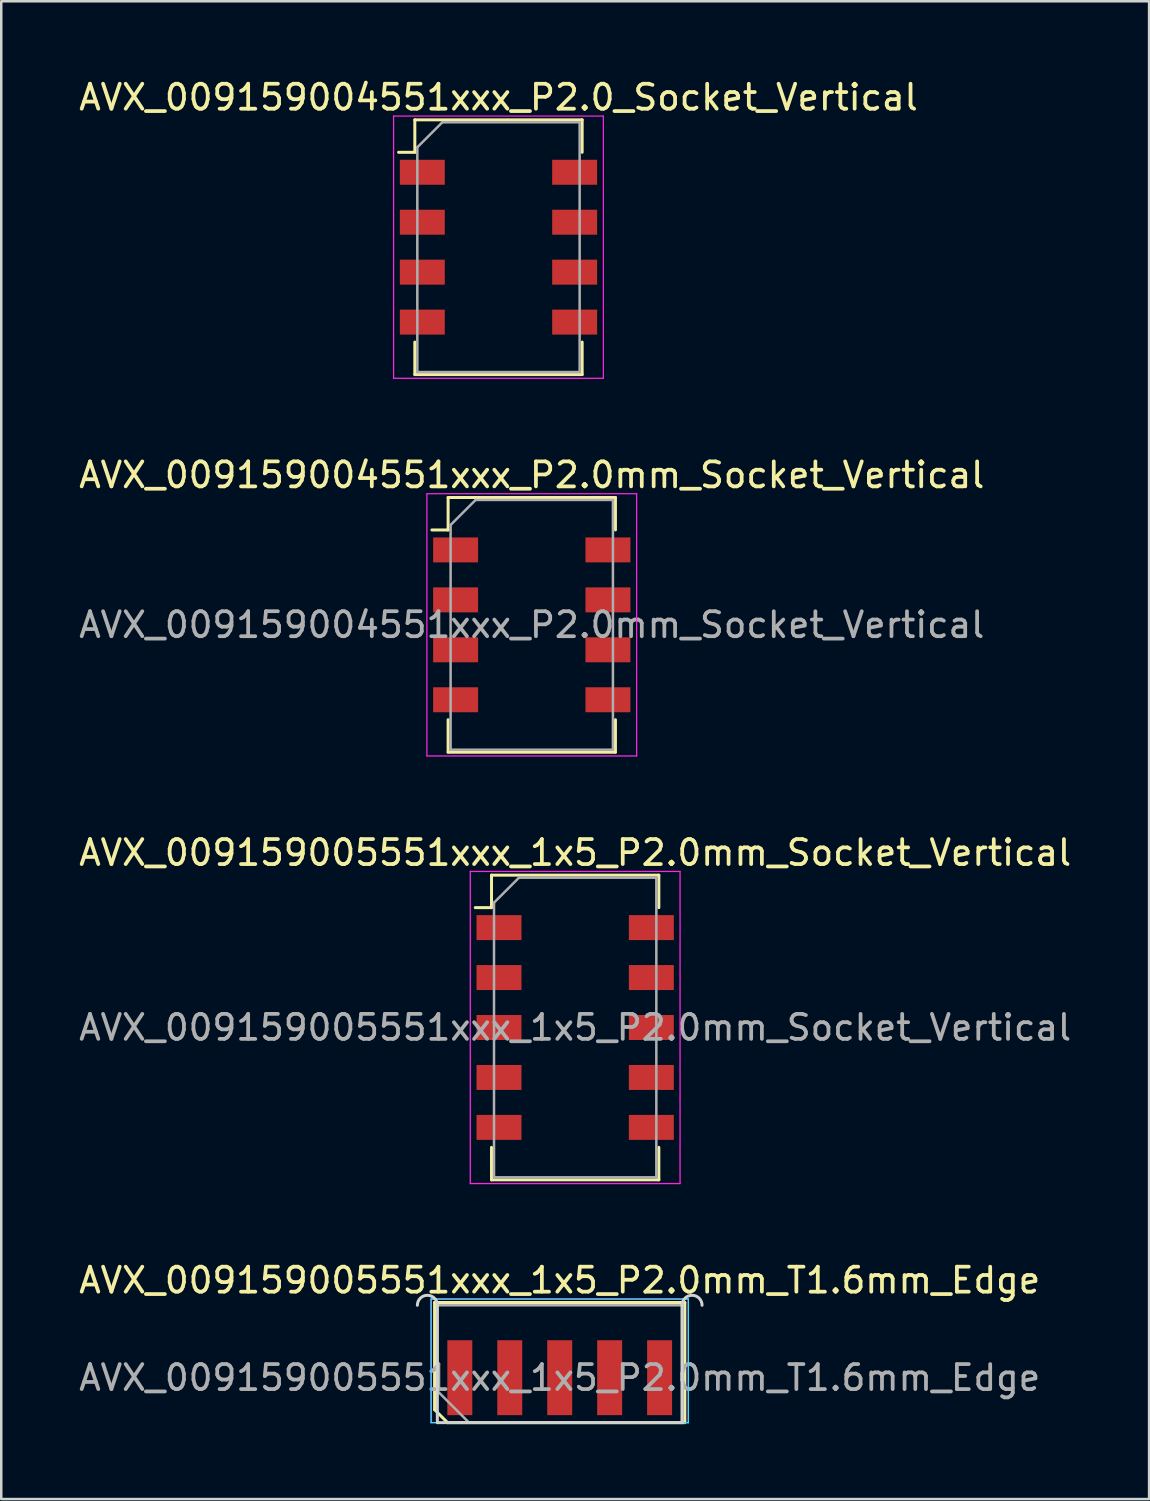
<source format=kicad_pcb>
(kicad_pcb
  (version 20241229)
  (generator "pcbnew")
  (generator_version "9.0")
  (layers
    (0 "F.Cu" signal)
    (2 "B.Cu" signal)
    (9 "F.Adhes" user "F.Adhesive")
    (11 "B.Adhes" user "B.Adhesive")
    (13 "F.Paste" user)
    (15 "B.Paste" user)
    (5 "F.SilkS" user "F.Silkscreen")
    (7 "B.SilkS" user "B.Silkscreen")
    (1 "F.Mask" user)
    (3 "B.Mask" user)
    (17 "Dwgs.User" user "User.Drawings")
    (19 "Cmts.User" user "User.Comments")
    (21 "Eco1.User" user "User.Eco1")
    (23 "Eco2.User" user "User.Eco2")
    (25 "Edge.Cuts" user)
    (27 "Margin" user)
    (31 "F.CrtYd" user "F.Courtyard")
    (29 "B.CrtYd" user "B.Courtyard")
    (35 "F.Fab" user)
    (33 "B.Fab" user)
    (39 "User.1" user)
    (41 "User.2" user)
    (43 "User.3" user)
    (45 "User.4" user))
  (footprint "AVX_009159005551xxx_1x5_P2.0mm_T1.6mm_Edge"
    (layer "F.Cu")
    (at 19.363 52.118)
    (property "Reference" "AVX_009159005551xxx_1x5_P2.0mm_T1.6mm_Edge" (at 0 -3.9 0) (layer "F.SilkS") (effects (font (size 1 1) (thickness 0.15))))
    (attr exclude_from_pos_files exclude_from_bom)
    (fp_line (start -5.01 -3.01) (end 5.01 -3.01) (stroke (width 0.12) (type solid)) (layer "F.SilkS"))
    (fp_line (start -5.01 1.28) (end -5.01 -3.01) (stroke (width 0.12) (type solid)) (layer "F.SilkS"))
    (fp_line (start -4.49 1.8) (end -5.01 1.28) (stroke (width 0.12) (type solid)) (layer "F.SilkS"))
    (fp_line (start -4.49 1.8) (end 5.01 1.8) (stroke (width 0.12) (type solid)) (layer "F.SilkS"))
    (fp_line (start 5.01 1.8) (end 5.01 -3.01) (stroke (width 0.12) (type solid)) (layer "F.SilkS"))
    (fp_line (start -4.9 1.8) (end -4.9 -2.9) (stroke (width 0.12) (type solid)) (layer "Edge.Cuts"))
    (fp_line (start -4.9 1.8) (end 4.9 1.8) (stroke (width 0.12) (type solid)) (layer "Edge.Cuts"))
    (fp_line (start 4.9 1.8) (end 4.9 -2.9) (stroke (width 0.12) (type solid)) (layer "Edge.Cuts"))
    (fp_arc (start -5.7 -2.9) (mid -5.3 -3.3) (end -4.9 -2.9) (stroke (width 0.12) (type solid)) (layer "Edge.Cuts"))
    (fp_arc (start 4.9 -2.9) (mid 5.3 -3.3) (end 5.7 -2.9) (stroke (width 0.12) (type solid)) (layer "Edge.Cuts"))
    (fp_line (start -5.15 -3.15) (end -5.15 1.8) (stroke (width 0.05) (type solid)) (layer "B.CrtYd"))
    (fp_line (start -5.15 1.8) (end 5.15 1.8) (stroke (width 0.05) (type solid)) (layer "B.CrtYd"))
    (fp_line (start 5.15 -3.15) (end -5.15 -3.15) (stroke (width 0.05) (type solid)) (layer "B.CrtYd"))
    (fp_line (start 5.15 1.8) (end 5.15 -3.15) (stroke (width 0.05) (type solid)) (layer "B.CrtYd"))
    (fp_line (start -5.15 -3.15) (end -5.15 1.8) (stroke (width 0.05) (type solid)) (layer "F.CrtYd"))
    (fp_line (start -5.15 1.8) (end 5.15 1.8) (stroke (width 0.05) (type solid)) (layer "F.CrtYd"))
    (fp_line (start 5.15 -3.15) (end -5.15 -3.15) (stroke (width 0.05) (type solid)) (layer "F.CrtYd"))
    (fp_line (start 5.15 1.8) (end 5.15 -3.15) (stroke (width 0.05) (type solid)) (layer "F.CrtYd"))
    (fp_line (start -4.9 -2.9) (end 4.9 -2.9) (stroke (width 0.1) (type solid)) (layer "F.Fab"))
    (fp_line (start -4.9 0.53) (end -4.9 -2.9) (stroke (width 0.1) (type solid)) (layer "F.Fab"))
    (fp_line (start -4.9 0.53) (end -3.63 1.8) (stroke (width 0.1) (type solid)) (layer "F.Fab"))
    (fp_line (start -3.63 1.8) (end 4.9 1.8) (stroke (width 0.1) (type solid)) (layer "F.Fab"))
    (fp_line (start 4.9 1.8) (end 4.9 -2.9) (stroke (width 0.1) (type solid)) (layer "F.Fab"))
    (fp_text user "${REFERENCE}" (at 0 0 0) (layer "F.Fab") (effects (font (size 1 1) (thickness 0.15))))
    (pad "1" connect rect (at -4 0) (size 1 3) (layers "F.Cu" "F.Mask"))
    (pad "2" connect rect (at -2 0) (size 1 3) (layers "F.Cu" "F.Mask"))
    (pad "3" connect rect (at 0 0) (size 1 3) (layers "F.Cu" "F.Mask"))
    (pad "4" connect rect (at 2 0) (size 1 3) (layers "F.Cu" "F.Mask"))
    (pad "5" connect rect (at 4 0) (size 1 3) (layers "F.Cu" "F.Mask")))
  (footprint "AVX_009159004551xxx_P2.0_Socket_Vertical"
    (layer "F.Cu")
    (at 16.911 6.848)
    (property "Reference" "AVX_009159004551xxx_P2.0_Socket_Vertical" (at 0 -6 0) (layer "F.SilkS") (effects (font (size 1 1) (thickness 0.15))))
    (attr smd)
    (fp_line (start -4 -3.8) (end -3.35 -3.8) (stroke (width 0.12) (type solid)) (layer "F.SilkS"))
    (fp_line (start -3.35 -5.1) (end -3.35 -3.8) (stroke (width 0.12) (type solid)) (layer "F.SilkS"))
    (fp_line (start -3.35 -5.1) (end 3.35 -5.1) (stroke (width 0.12) (type solid)) (layer "F.SilkS"))
    (fp_line (start -3.35 5.1) (end -3.35 3.8) (stroke (width 0.12) (type solid)) (layer "F.SilkS"))
    (fp_line (start 3.35 -5.1) (end 3.35 -3.8) (stroke (width 0.12) (type solid)) (layer "F.SilkS"))
    (fp_line (start 3.35 5.1) (end -3.35 5.1) (stroke (width 0.12) (type solid)) (layer "F.SilkS"))
    (fp_line (start 3.35 5.1) (end 3.35 3.8) (stroke (width 0.12) (type solid)) (layer "F.SilkS"))
    (fp_line (start -4.2 -5.25) (end 4.2 -5.25) (stroke (width 0.05) (type solid)) (layer "F.CrtYd"))
    (fp_line (start -4.2 5.25) (end -4.2 -5.25) (stroke (width 0.05) (type solid)) (layer "F.CrtYd"))
    (fp_line (start 4.2 -5.25) (end 4.2 5.25) (stroke (width 0.05) (type solid)) (layer "F.CrtYd"))
    (fp_line (start 4.2 5.25) (end -4.2 5.25) (stroke (width 0.05) (type solid)) (layer "F.CrtYd"))
    (fp_line (start -3.25 -4) (end -2.25 -5) (stroke (width 0.1) (type solid)) (layer "F.Fab"))
    (fp_line (start -3.25 5) (end -3.25 -4) (stroke (width 0.1) (type solid)) (layer "F.Fab"))
    (fp_line (start -2.25 -5) (end 3.25 -5) (stroke (width 0.1) (type solid)) (layer "F.Fab"))
    (fp_line (start 3.25 -5) (end 3.25 5) (stroke (width 0.1) (type solid)) (layer "F.Fab"))
    (fp_line (start 3.25 5) (end -3.25 5) (stroke (width 0.1) (type solid)) (layer "F.Fab"))
    (pad "1" smd rect (at -3.05 -3 270) (size 1 1.8) (layers "F.Cu" "F.Mask" "F.Paste"))
    (pad "1" smd rect (at 3.05 -3 270) (size 1 1.8) (layers "F.Cu" "F.Mask" "F.Paste"))
    (pad "2" smd rect (at -3.05 -1 270) (size 1 1.8) (layers "F.Cu" "F.Mask" "F.Paste"))
    (pad "2" smd rect (at 3.05 -1 270) (size 1 1.8) (layers "F.Cu" "F.Mask" "F.Paste"))
    (pad "3" smd rect (at -3.05 1 270) (size 1 1.8) (layers "F.Cu" "F.Mask" "F.Paste"))
    (pad "3" smd rect (at 3.05 1 270) (size 1 1.8) (layers "F.Cu" "F.Mask" "F.Paste"))
    (pad "4" smd rect (at -3.05 3 270) (size 1 1.8) (layers "F.Cu" "F.Mask" "F.Paste"))
    (pad "4" smd rect (at 3.05 3 270) (size 1 1.8) (layers "F.Cu" "F.Mask" "F.Paste")))
  (footprint "AVX_009159005551xxx_1x5_P2.0mm_Socket_Vertical"
    (layer "F.Cu")
    (at 19.982 38.095)
    (property "Reference" "AVX_009159005551xxx_1x5_P2.0mm_Socket_Vertical" (at 0 -7 0) (layer "F.SilkS") (effects (font (size 1 1) (thickness 0.15))))
    (attr smd)
    (fp_line (start -4 -4.8) (end -3.35 -4.8) (stroke (width 0.12) (type solid)) (layer "F.SilkS"))
    (fp_line (start -3.35 -6.1) (end -3.35 -4.8) (stroke (width 0.12) (type solid)) (layer "F.SilkS"))
    (fp_line (start -3.35 -6.1) (end 3.35 -6.1) (stroke (width 0.12) (type solid)) (layer "F.SilkS"))
    (fp_line (start -3.35 6.1) (end -3.35 4.8) (stroke (width 0.12) (type solid)) (layer "F.SilkS"))
    (fp_line (start 3.35 -6.1) (end 3.35 -4.8) (stroke (width 0.12) (type solid)) (layer "F.SilkS"))
    (fp_line (start 3.35 6.1) (end -3.35 6.1) (stroke (width 0.12) (type solid)) (layer "F.SilkS"))
    (fp_line (start 3.35 6.1) (end 3.35 4.8) (stroke (width 0.12) (type solid)) (layer "F.SilkS"))
    (fp_line (start -4.2 -6.25) (end 4.2 -6.25) (stroke (width 0.05) (type solid)) (layer "F.CrtYd"))
    (fp_line (start -4.2 6.25) (end -4.2 -6.25) (stroke (width 0.05) (type solid)) (layer "F.CrtYd"))
    (fp_line (start 4.2 -6.25) (end 4.2 6.25) (stroke (width 0.05) (type solid)) (layer "F.CrtYd"))
    (fp_line (start 4.2 6.25) (end -4.2 6.25) (stroke (width 0.05) (type solid)) (layer "F.CrtYd"))
    (fp_line (start -3.25 -5) (end -2.25 -6) (stroke (width 0.1) (type solid)) (layer "F.Fab"))
    (fp_line (start -3.25 6) (end -3.25 -5) (stroke (width 0.1) (type solid)) (layer "F.Fab"))
    (fp_line (start -2.25 -6) (end 3.25 -6) (stroke (width 0.1) (type solid)) (layer "F.Fab"))
    (fp_line (start 3.25 -6) (end 3.25 6) (stroke (width 0.1) (type solid)) (layer "F.Fab"))
    (fp_line (start 3.25 6) (end -3.25 6) (stroke (width 0.1) (type solid)) (layer "F.Fab"))
    (fp_text user "${REFERENCE}" (at 0 0 0) (layer "F.Fab") (effects (font (size 1 1) (thickness 0.15))))
    (pad "1" smd rect (at -3.05 -4 270) (size 1 1.8) (layers "F.Cu" "F.Mask" "F.Paste"))
    (pad "2" smd rect (at -3.05 -2 270) (size 1 1.8) (layers "F.Cu" "F.Mask" "F.Paste"))
    (pad "3" smd rect (at -3.05 0 270) (size 1 1.8) (layers "F.Cu" "F.Mask" "F.Paste"))
    (pad "4" smd rect (at -3.05 2 270) (size 1 1.8) (layers "F.Cu" "F.Mask" "F.Paste"))
    (pad "5" smd rect (at -3.05 4 270) (size 1 1.8) (layers "F.Cu" "F.Mask" "F.Paste"))
    (pad "MP" smd rect (at 3.05 -4 270) (size 1 1.8) (layers "F.Cu" "F.Mask" "F.Paste"))
    (pad "MP" smd rect (at 3.05 -2 270) (size 1 1.8) (layers "F.Cu" "F.Mask" "F.Paste"))
    (pad "MP" smd rect (at 3.05 0 270) (size 1 1.8) (layers "F.Cu" "F.Mask" "F.Paste"))
    (pad "MP" smd rect (at 3.05 2 270) (size 1 1.8) (layers "F.Cu" "F.Mask" "F.Paste"))
    (pad "MP" smd rect (at 3.05 4 270) (size 1 1.8) (layers "F.Cu" "F.Mask" "F.Paste")))
  (footprint "AVX_009159004551xxx_P2.0mm_Socket_Vertical"
    (layer "F.Cu")
    (at 18.244 21.971)
    (property "Reference" "AVX_009159004551xxx_P2.0mm_Socket_Vertical" (at 0 -6 0) (layer "F.SilkS") (effects (font (size 1 1) (thickness 0.15))))
    (attr smd)
    (fp_line (start -4 -3.8) (end -3.35 -3.8) (stroke (width 0.12) (type solid)) (layer "F.SilkS"))
    (fp_line (start -3.35 -5.1) (end -3.35 -3.8) (stroke (width 0.12) (type solid)) (layer "F.SilkS"))
    (fp_line (start -3.35 -5.1) (end 3.35 -5.1) (stroke (width 0.12) (type solid)) (layer "F.SilkS"))
    (fp_line (start -3.35 5.1) (end -3.35 3.8) (stroke (width 0.12) (type solid)) (layer "F.SilkS"))
    (fp_line (start 3.35 -5.1) (end 3.35 -3.8) (stroke (width 0.12) (type solid)) (layer "F.SilkS"))
    (fp_line (start 3.35 5.1) (end -3.35 5.1) (stroke (width 0.12) (type solid)) (layer "F.SilkS"))
    (fp_line (start 3.35 5.1) (end 3.35 3.8) (stroke (width 0.12) (type solid)) (layer "F.SilkS"))
    (fp_line (start -4.2 -5.25) (end 4.2 -5.25) (stroke (width 0.05) (type solid)) (layer "F.CrtYd"))
    (fp_line (start -4.2 5.25) (end -4.2 -5.25) (stroke (width 0.05) (type solid)) (layer "F.CrtYd"))
    (fp_line (start 4.2 -5.25) (end 4.2 5.25) (stroke (width 0.05) (type solid)) (layer "F.CrtYd"))
    (fp_line (start 4.2 5.25) (end -4.2 5.25) (stroke (width 0.05) (type solid)) (layer "F.CrtYd"))
    (fp_line (start -3.25 -4) (end -2.25 -5) (stroke (width 0.1) (type solid)) (layer "F.Fab"))
    (fp_line (start -3.25 5) (end -3.25 -4) (stroke (width 0.1) (type solid)) (layer "F.Fab"))
    (fp_line (start -2.25 -5) (end 3.25 -5) (stroke (width 0.1) (type solid)) (layer "F.Fab"))
    (fp_line (start 3.25 -5) (end 3.25 5) (stroke (width 0.1) (type solid)) (layer "F.Fab"))
    (fp_line (start 3.25 5) (end -3.25 5) (stroke (width 0.1) (type solid)) (layer "F.Fab"))
    (fp_text user "${REFERENCE}" (at 0 0 0) (layer "F.Fab") (effects (font (size 1 1) (thickness 0.15))))
    (pad "1" smd rect (at -3.05 -3 270) (size 1 1.8) (layers "F.Cu" "F.Mask" "F.Paste"))
    (pad "2" smd rect (at -3.05 -1 270) (size 1 1.8) (layers "F.Cu" "F.Mask" "F.Paste"))
    (pad "3" smd rect (at -3.05 1 270) (size 1 1.8) (layers "F.Cu" "F.Mask" "F.Paste"))
    (pad "4" smd rect (at -3.05 3 270) (size 1 1.8) (layers "F.Cu" "F.Mask" "F.Paste"))
    (pad "MP" smd rect (at 3.05 -3 270) (size 1 1.8) (layers "F.Cu" "F.Mask" "F.Paste"))
    (pad "MP" smd rect (at 3.05 -1 270) (size 1 1.8) (layers "F.Cu" "F.Mask" "F.Paste"))
    (pad "MP" smd rect (at 3.05 1 270) (size 1 1.8) (layers "F.Cu" "F.Mask" "F.Paste"))
    (pad "MP" smd rect (at 3.05 3 270) (size 1 1.8) (layers "F.Cu" "F.Mask" "F.Paste")))
  (gr_rect
    (start -3 -3)
    (end 42.964 56.978)
    (stroke (width 0.1) (type default))
    (fill no)
    (layer "Edge.Cuts")))
</source>
